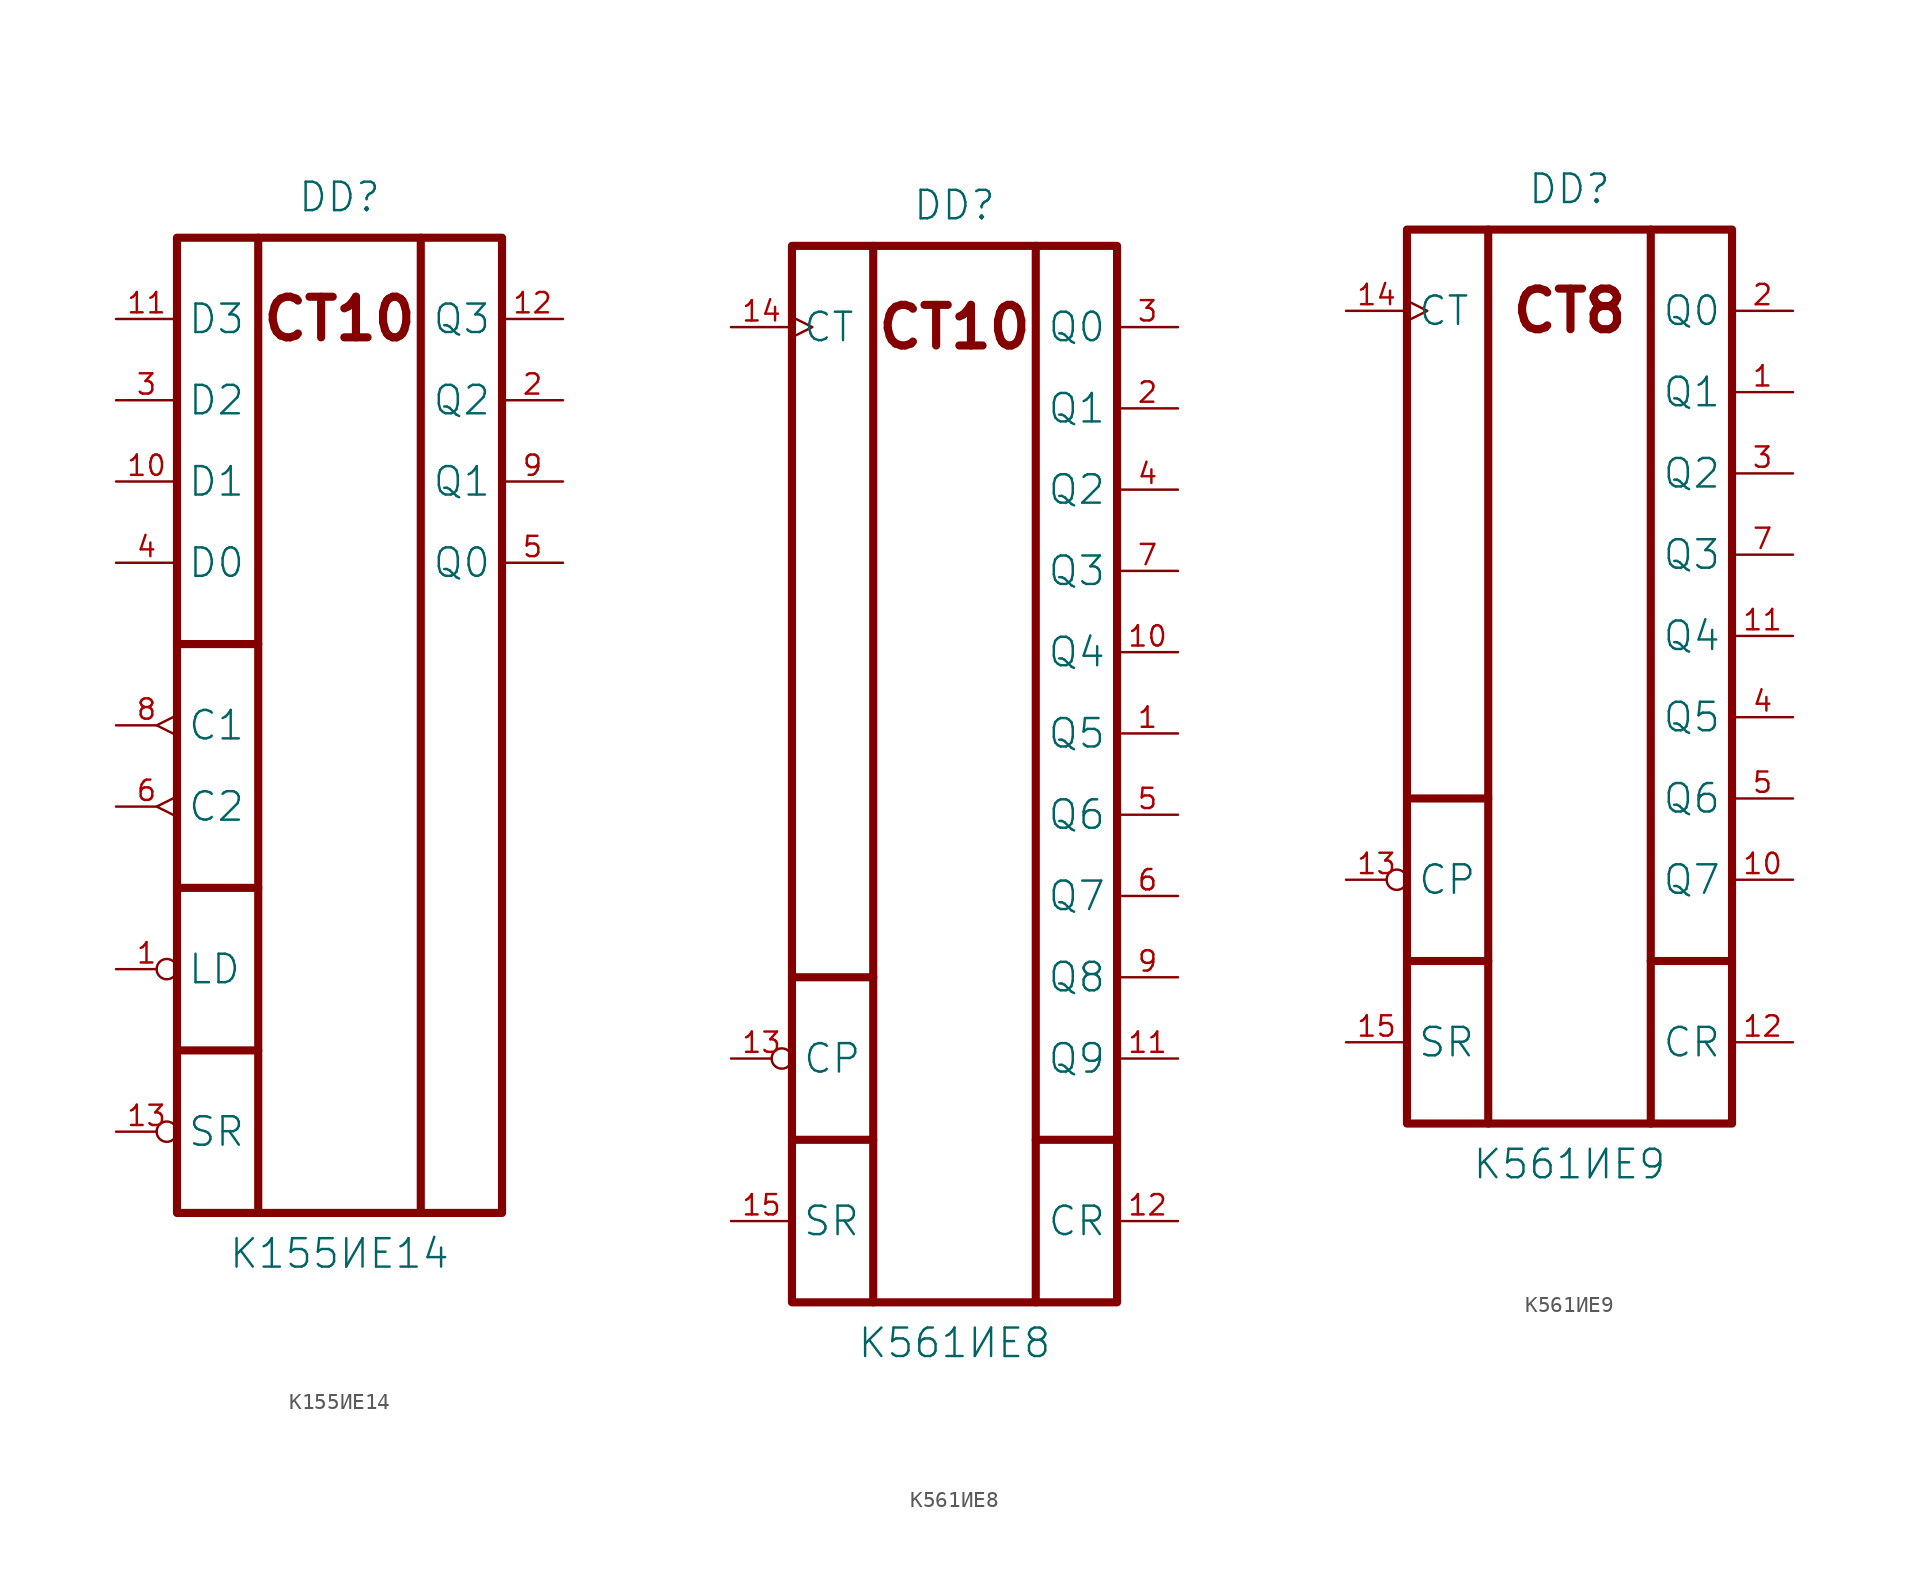
<source format=kicad_sym>
(kicad_symbol_lib
  (version 20211014)
  (generator kicad_symbol_editor)
  (symbol "К155ИЕ14"
    (pin_names
      (offset 0.635))
    (property "Reference" "DD"
      (at 0 33.02 0)
      (effects (font (size 1.778 1.778))))
    (property "Value" "К155ИЕ14"
      (at 0 -33.02 0)
      (effects (font (size 1.778 1.778))))
    (symbol "К155ИЕ14_0_0"
      (polyline (pts (xy -5.08 -10.16) (xy -10.16 -10.16)) (stroke (width 0.508) (type default) (color 0 0 0 0)) (fill (type none)))
      (polyline (pts (xy 5.08 30.48) (xy 5.08 -30.48)) (stroke (width 0.508) (type default) (color 0 0 0 0)) (fill (type none)))
      (text "CT10" (at 0 25.4 0) (effects (font (size 2.54 2.54) bold))))
    (symbol "К155ИЕ14_0_1"
      (rectangle (start -10.16 30.48) (end 10.16 -30.48) (stroke (width 0.508) (type default) (color 0 0 0 0)) (fill (type none)))
      (polyline (pts (xy -5.08 -20.32) (xy -10.16 -20.32)) (stroke (width 0.508) (type default) (color 0 0 0 0)) (fill (type none)))
      (polyline (pts (xy -5.08 5.08) (xy -10.16 5.08)) (stroke (width 0.508) (type default) (color 0 0 0 0)) (fill (type none)))
      (polyline (pts (xy -5.08 30.48) (xy -5.08 -30.48)) (stroke (width 0.508) (type default) (color 0 0 0 0)) (fill (type none))))
    (symbol "К155ИЕ14_1_1"
      (pin input inverted (at -13.97 -15.24 0) (length 3.81) (name "LD" (effects (font (size 1.778 1.778)))) (number "1" (effects (font (size 1.27 1.27)))))
      (pin input line (at -13.97 15.24 0) (length 3.81) (name "D1" (effects (font (size 1.778 1.778)))) (number "10" (effects (font (size 1.27 1.27)))))
      (pin input line (at -13.97 25.4 0) (length 3.81) (name "D3" (effects (font (size 1.778 1.778)))) (number "11" (effects (font (size 1.27 1.27)))))
      (pin output line (at 13.97 25.4 180) (length 3.81) (name "Q3" (effects (font (size 1.778 1.778)))) (number "12" (effects (font (size 1.27 1.27)))))
      (pin input inverted (at -13.97 -25.4 0) (length 3.81) (name "SR" (effects (font (size 1.778 1.778)))) (number "13" (effects (font (size 1.27 1.27)))))
      (pin power_in non_logic (at 13.97 27.94 180) (length 3.81) hide (name "VCC" (effects (font (size 1.27 1.27)))) (number "14" (effects (font (size 1.27 1.27)))))
      (pin output line (at 13.97 20.32 180) (length 3.81) (name "Q2" (effects (font (size 1.778 1.778)))) (number "2" (effects (font (size 1.27 1.27)))))
      (pin input line (at -13.97 20.32 0) (length 3.81) (name "D2" (effects (font (size 1.778 1.778)))) (number "3" (effects (font (size 1.27 1.27)))))
      (pin input line (at -13.97 10.16 0) (length 3.81) (name "D0" (effects (font (size 1.778 1.778)))) (number "4" (effects (font (size 1.27 1.27)))))
      (pin output line (at 13.97 10.16 180) (length 3.81) (name "Q0" (effects (font (size 1.778 1.778)))) (number "5" (effects (font (size 1.27 1.27)))))
      (pin input edge_clock_high (at -13.97 -5.08 0) (length 3.81) (name "C2" (effects (font (size 1.778 1.778)))) (number "6" (effects (font (size 1.27 1.27)))))
      (pin power_in non_logic (at 13.97 -27.94 180) (length 3.81) hide (name "GND" (effects (font (size 1.27 1.27)))) (number "7" (effects (font (size 1.27 1.27)))))
      (pin input edge_clock_high (at -13.97 0 0) (length 3.81) (name "C1" (effects (font (size 1.778 1.778)))) (number "8" (effects (font (size 1.27 1.27)))))
      (pin output line (at 13.97 15.24 180) (length 3.81) (name "Q1" (effects (font (size 1.778 1.778)))) (number "9" (effects (font (size 1.27 1.27)))))))
  (symbol "К561ИЕ8"
    (pin_names
      (offset 0.635))
    (property "Reference" "DD"
      (at 0 35.56 0)
      (effects (font (size 1.778 1.778))))
    (property "Value" "К561ИЕ8"
      (at 0 -35.56 0)
      (effects (font (size 1.778 1.778))))
    (symbol "К561ИЕ8_0_0"
      (polyline (pts (xy -5.08 -12.7) (xy -10.16 -12.7)) (stroke (width 0.508) (type default) (color 0 0 0 0)) (fill (type none)))
      (polyline (pts (xy 5.08 33.02) (xy 5.08 -33.02)) (stroke (width 0.508) (type default) (color 0 0 0 0)) (fill (type none)))
      (text "CT10" (at 0 27.94 0) (effects (font (size 2.54 2.54) bold))))
    (symbol "К561ИЕ8_0_1"
      (rectangle (start -10.16 33.02) (end 10.16 -33.02) (stroke (width 0.508) (type default) (color 0 0 0 0)) (fill (type none)))
      (polyline (pts (xy -5.08 -22.86) (xy -10.16 -22.86)) (stroke (width 0.508) (type default) (color 0 0 0 0)) (fill (type none)))
      (polyline (pts (xy -5.08 33.02) (xy -5.08 -33.02)) (stroke (width 0.508) (type default) (color 0 0 0 0)) (fill (type none)))
      (polyline (pts (xy 5.08 -22.86) (xy 10.16 -22.86)) (stroke (width 0.508) (type default) (color 0 0 0 0)) (fill (type none))))
    (symbol "К561ИЕ8_1_1"
      (pin output line (at 13.97 2.54 180) (length 3.81) (name "Q5" (effects (font (size 1.778 1.778)))) (number "1" (effects (font (size 1.27 1.27)))))
      (pin output line (at 13.97 7.62 180) (length 3.81) (name "Q4" (effects (font (size 1.778 1.778)))) (number "10" (effects (font (size 1.27 1.27)))))
      (pin output line (at 13.97 -17.78 180) (length 3.81) (name "Q9" (effects (font (size 1.778 1.778)))) (number "11" (effects (font (size 1.27 1.27)))))
      (pin output line (at 13.97 -27.94 180) (length 3.81) (name "CR" (effects (font (size 1.778 1.778)))) (number "12" (effects (font (size 1.27 1.27)))))
      (pin input inverted (at -13.97 -17.78 0) (length 3.81) (name "CP" (effects (font (size 1.778 1.778)))) (number "13" (effects (font (size 1.27 1.27)))))
      (pin input clock (at -13.97 27.94 0) (length 3.81) (name "CT" (effects (font (size 1.778 1.778)))) (number "14" (effects (font (size 1.27 1.27)))))
      (pin input line (at -13.97 -27.94 0) (length 3.81) (name "SR" (effects (font (size 1.778 1.778)))) (number "15" (effects (font (size 1.27 1.27)))))
      (pin power_in non_logic (at 13.97 30.48 180) (length 3.81) hide (name "VCC" (effects (font (size 1.27 1.27)))) (number "16" (effects (font (size 1.27 1.27)))))
      (pin output line (at 13.97 22.86 180) (length 3.81) (name "Q1" (effects (font (size 1.778 1.778)))) (number "2" (effects (font (size 1.27 1.27)))))
      (pin output line (at 13.97 27.94 180) (length 3.81) (name "Q0" (effects (font (size 1.778 1.778)))) (number "3" (effects (font (size 1.27 1.27)))))
      (pin output line (at 13.97 17.78 180) (length 3.81) (name "Q2" (effects (font (size 1.778 1.778)))) (number "4" (effects (font (size 1.27 1.27)))))
      (pin output line (at 13.97 -2.54 180) (length 3.81) (name "Q6" (effects (font (size 1.778 1.778)))) (number "5" (effects (font (size 1.27 1.27)))))
      (pin output line (at 13.97 -7.62 180) (length 3.81) (name "Q7" (effects (font (size 1.778 1.778)))) (number "6" (effects (font (size 1.27 1.27)))))
      (pin output line (at 13.97 12.7 180) (length 3.81) (name "Q3" (effects (font (size 1.778 1.778)))) (number "7" (effects (font (size 1.27 1.27)))))
      (pin power_in non_logic (at 13.97 -30.48 180) (length 3.81) hide (name "GND" (effects (font (size 1.27 1.27)))) (number "8" (effects (font (size 1.27 1.27)))))
      (pin output line (at 13.97 -12.7 180) (length 3.81) (name "Q8" (effects (font (size 1.778 1.778)))) (number "9" (effects (font (size 1.27 1.27)))))))
  (symbol "К561ИЕ9"
    (pin_names
      (offset 0.635))
    (property "Reference" "DD"
      (at 0 30.48 0)
      (effects (font (size 1.778 1.778))))
    (property "Value" "К561ИЕ9"
      (at 0 -30.48 0)
      (effects (font (size 1.778 1.778))))
    (symbol "К561ИЕ9_0_0"
      (polyline (pts (xy -5.08 -7.62) (xy -10.16 -7.62)) (stroke (width 0.508) (type default) (color 0 0 0 0)) (fill (type none)))
      (polyline (pts (xy 5.08 27.94) (xy 5.08 -27.94)) (stroke (width 0.508) (type default) (color 0 0 0 0)) (fill (type none)))
      (text "CT8" (at 0 22.86 0) (effects (font (size 2.54 2.54) bold))))
    (symbol "К561ИЕ9_0_1"
      (rectangle (start -10.16 27.94) (end 10.16 -27.94) (stroke (width 0.508) (type default) (color 0 0 0 0)) (fill (type none)))
      (polyline (pts (xy -5.08 -17.78) (xy -10.16 -17.78)) (stroke (width 0.508) (type default) (color 0 0 0 0)) (fill (type none)))
      (polyline (pts (xy -5.08 27.94) (xy -5.08 -27.94)) (stroke (width 0.508) (type default) (color 0 0 0 0)) (fill (type none)))
      (polyline (pts (xy 5.08 -17.78) (xy 10.16 -17.78)) (stroke (width 0.508) (type default) (color 0 0 0 0)) (fill (type none))))
    (symbol "К561ИЕ9_1_1"
      (pin output line (at 13.97 17.78 180) (length 3.81) (name "Q1" (effects (font (size 1.778 1.778)))) (number "1" (effects (font (size 1.27 1.27)))))
      (pin output line (at 13.97 -12.7 180) (length 3.81) (name "Q7" (effects (font (size 1.778 1.778)))) (number "10" (effects (font (size 1.27 1.27)))))
      (pin output line (at 13.97 2.54 180) (length 3.81) (name "Q4" (effects (font (size 1.778 1.778)))) (number "11" (effects (font (size 1.27 1.27)))))
      (pin output line (at 13.97 -22.86 180) (length 3.81) (name "CR" (effects (font (size 1.778 1.778)))) (number "12" (effects (font (size 1.27 1.27)))))
      (pin input inverted (at -13.97 -12.7 0) (length 3.81) (name "CP" (effects (font (size 1.778 1.778)))) (number "13" (effects (font (size 1.27 1.27)))))
      (pin input clock (at -13.97 22.86 0) (length 3.81) (name "CT" (effects (font (size 1.778 1.778)))) (number "14" (effects (font (size 1.27 1.27)))))
      (pin input line (at -13.97 -22.86 0) (length 3.81) (name "SR" (effects (font (size 1.778 1.778)))) (number "15" (effects (font (size 1.27 1.27)))))
      (pin power_in non_logic (at 13.97 25.4 180) (length 3.81) hide (name "VCC" (effects (font (size 1.27 1.27)))) (number "16" (effects (font (size 1.27 1.27)))))
      (pin output line (at 13.97 22.86 180) (length 3.81) (name "Q0" (effects (font (size 1.778 1.778)))) (number "2" (effects (font (size 1.27 1.27)))))
      (pin output line (at 13.97 12.7 180) (length 3.81) (name "Q2" (effects (font (size 1.778 1.778)))) (number "3" (effects (font (size 1.27 1.27)))))
      (pin output line (at 13.97 -2.54 180) (length 3.81) (name "Q5" (effects (font (size 1.778 1.778)))) (number "4" (effects (font (size 1.27 1.27)))))
      (pin output line (at 13.97 -7.62 180) (length 3.81) (name "Q6" (effects (font (size 1.778 1.778)))) (number "5" (effects (font (size 1.27 1.27)))))
      (pin output line (at 13.97 7.62 180) (length 3.81) (name "Q3" (effects (font (size 1.778 1.778)))) (number "7" (effects (font (size 1.27 1.27)))))
      (pin power_in non_logic (at 13.97 -25.4 180) (length 3.81) hide (name "GND" (effects (font (size 1.27 1.27)))) (number "8" (effects (font (size 1.27 1.27))))))))
</source>
